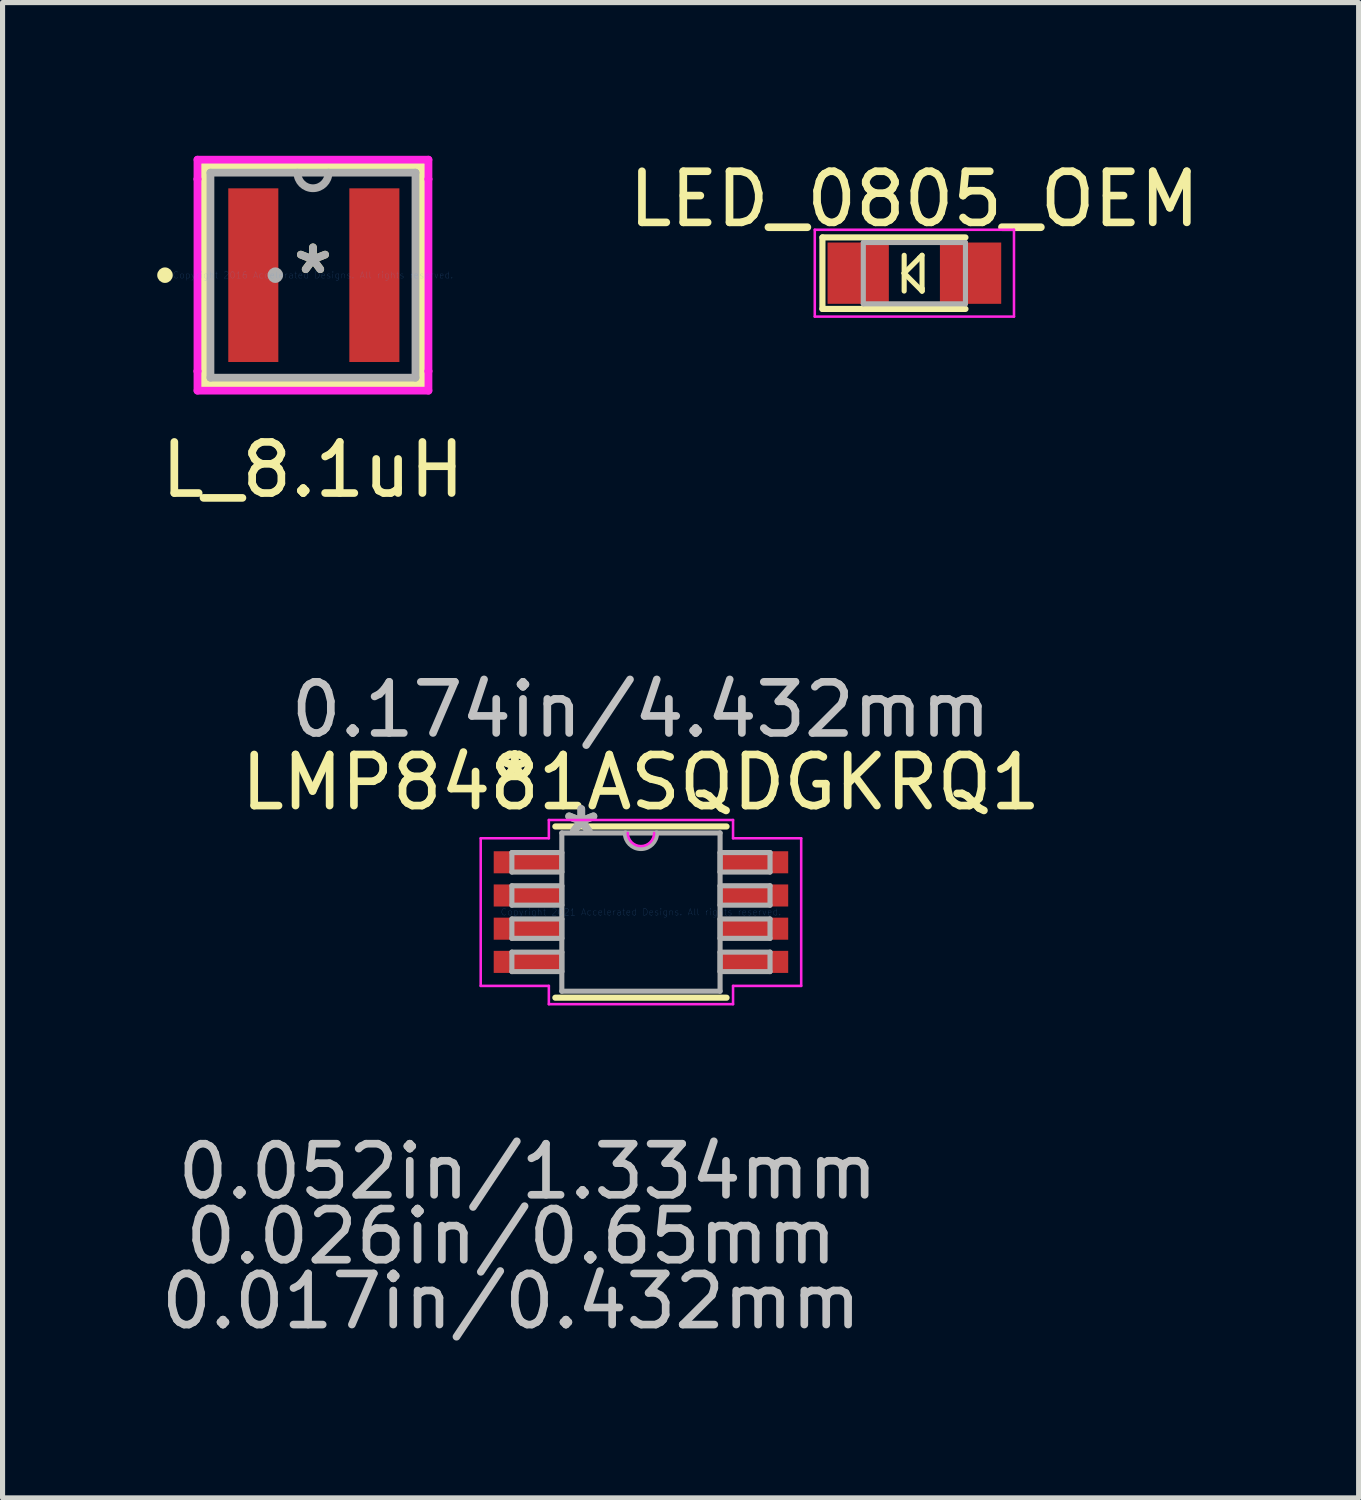
<source format=kicad_pcb>
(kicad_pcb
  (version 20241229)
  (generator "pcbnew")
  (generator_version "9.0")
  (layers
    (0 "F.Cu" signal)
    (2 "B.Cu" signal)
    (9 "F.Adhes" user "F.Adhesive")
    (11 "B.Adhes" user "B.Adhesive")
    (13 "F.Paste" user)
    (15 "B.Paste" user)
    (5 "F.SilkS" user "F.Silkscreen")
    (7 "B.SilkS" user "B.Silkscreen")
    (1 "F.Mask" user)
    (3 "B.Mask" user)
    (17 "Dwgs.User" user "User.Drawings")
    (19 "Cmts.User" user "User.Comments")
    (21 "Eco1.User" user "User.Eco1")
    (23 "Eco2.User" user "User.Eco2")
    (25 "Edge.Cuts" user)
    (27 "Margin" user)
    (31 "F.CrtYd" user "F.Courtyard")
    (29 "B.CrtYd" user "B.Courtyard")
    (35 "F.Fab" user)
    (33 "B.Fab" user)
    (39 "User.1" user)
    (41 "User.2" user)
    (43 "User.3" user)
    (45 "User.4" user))
  (footprint "LMP8481ASQDGKRQ1"
    (layer "F.Cu")
    (at 9.498 14.806)
    (property "Reference" "LMP8481ASQDGKRQ1" (at 0 -2.54 0) (layer "F.SilkS") (effects (font (size 1 1) (thickness 0.15))))
    (attr through_hole)
    (fp_line (start -1.676 1.676) (end 1.676 1.676) (stroke (width 0.12) (type solid)) (layer "F.SilkS"))
    (fp_line (start 1.676 -1.676) (end -1.676 -1.676) (stroke (width 0.12) (type solid)) (layer "F.SilkS"))
    (fp_line (start -3.137 -1.445) (end -1.803 -1.445) (stroke (width 0.05) (type solid)) (layer "F.CrtYd"))
    (fp_line (start -3.137 1.445) (end -3.137 -1.445) (stroke (width 0.05) (type solid)) (layer "F.CrtYd"))
    (fp_line (start -1.803 -1.803) (end 1.803 -1.803) (stroke (width 0.05) (type solid)) (layer "F.CrtYd"))
    (fp_line (start -1.803 -1.445) (end -1.803 -1.803) (stroke (width 0.05) (type solid)) (layer "F.CrtYd"))
    (fp_line (start -1.803 1.445) (end -3.137 1.445) (stroke (width 0.05) (type solid)) (layer "F.CrtYd"))
    (fp_line (start -1.803 1.803) (end -1.803 1.445) (stroke (width 0.05) (type solid)) (layer "F.CrtYd"))
    (fp_line (start 1.803 -1.803) (end 1.803 -1.445) (stroke (width 0.05) (type solid)) (layer "F.CrtYd"))
    (fp_line (start 1.803 -1.445) (end 3.137 -1.445) (stroke (width 0.05) (type solid)) (layer "F.CrtYd"))
    (fp_line (start 1.803 1.445) (end 1.803 1.803) (stroke (width 0.05) (type solid)) (layer "F.CrtYd"))
    (fp_line (start 1.803 1.803) (end -1.803 1.803) (stroke (width 0.05) (type solid)) (layer "F.CrtYd"))
    (fp_line (start 3.137 -1.445) (end 3.137 1.445) (stroke (width 0.05) (type solid)) (layer "F.CrtYd"))
    (fp_line (start 3.137 1.445) (end 1.803 1.445) (stroke (width 0.05) (type solid)) (layer "F.CrtYd"))
    (fp_arc (start 0.258233 -1.5494) (mid 0 -1.291167) (end -0.258233 -1.5494) (stroke (width 0.05) (type solid)) (layer "F.CrtYd"))
    (fp_line (start -2.527 -1.165) (end -2.527 -0.784) (stroke (width 0.1) (type solid)) (layer "F.Fab"))
    (fp_line (start -2.527 -0.784) (end -1.549 -0.784) (stroke (width 0.1) (type solid)) (layer "F.Fab"))
    (fp_line (start -2.527 -0.515) (end -2.527 -0.135) (stroke (width 0.1) (type solid)) (layer "F.Fab"))
    (fp_line (start -2.527 -0.135) (end -1.549 -0.135) (stroke (width 0.1) (type solid)) (layer "F.Fab"))
    (fp_line (start -2.527 0.135) (end -2.527 0.515) (stroke (width 0.1) (type solid)) (layer "F.Fab"))
    (fp_line (start -2.527 0.515) (end -1.549 0.515) (stroke (width 0.1) (type solid)) (layer "F.Fab"))
    (fp_line (start -2.527 0.784) (end -2.527 1.165) (stroke (width 0.1) (type solid)) (layer "F.Fab"))
    (fp_line (start -2.527 1.165) (end -1.549 1.165) (stroke (width 0.1) (type solid)) (layer "F.Fab"))
    (fp_line (start -1.549 -1.549) (end -1.549 1.549) (stroke (width 0.1) (type solid)) (layer "F.Fab"))
    (fp_line (start -1.549 -1.165) (end -2.527 -1.165) (stroke (width 0.1) (type solid)) (layer "F.Fab"))
    (fp_line (start -1.549 -0.784) (end -1.549 -1.165) (stroke (width 0.1) (type solid)) (layer "F.Fab"))
    (fp_line (start -1.549 -0.515) (end -2.527 -0.515) (stroke (width 0.1) (type solid)) (layer "F.Fab"))
    (fp_line (start -1.549 -0.135) (end -1.549 -0.515) (stroke (width 0.1) (type solid)) (layer "F.Fab"))
    (fp_line (start -1.549 0.135) (end -2.527 0.135) (stroke (width 0.1) (type solid)) (layer "F.Fab"))
    (fp_line (start -1.549 0.515) (end -1.549 0.135) (stroke (width 0.1) (type solid)) (layer "F.Fab"))
    (fp_line (start -1.549 0.784) (end -2.527 0.784) (stroke (width 0.1) (type solid)) (layer "F.Fab"))
    (fp_line (start -1.549 1.165) (end -1.549 0.784) (stroke (width 0.1) (type solid)) (layer "F.Fab"))
    (fp_line (start -1.549 1.549) (end 1.549 1.549) (stroke (width 0.1) (type solid)) (layer "F.Fab"))
    (fp_line (start 1.549 -1.549) (end -1.549 -1.549) (stroke (width 0.1) (type solid)) (layer "F.Fab"))
    (fp_line (start 1.549 -1.165) (end 1.549 -0.784) (stroke (width 0.1) (type solid)) (layer "F.Fab"))
    (fp_line (start 1.549 -0.784) (end 2.527 -0.784) (stroke (width 0.1) (type solid)) (layer "F.Fab"))
    (fp_line (start 1.549 -0.515) (end 1.549 -0.135) (stroke (width 0.1) (type solid)) (layer "F.Fab"))
    (fp_line (start 1.549 -0.135) (end 2.527 -0.135) (stroke (width 0.1) (type solid)) (layer "F.Fab"))
    (fp_line (start 1.549 0.135) (end 1.549 0.515) (stroke (width 0.1) (type solid)) (layer "F.Fab"))
    (fp_line (start 1.549 0.515) (end 2.527 0.515) (stroke (width 0.1) (type solid)) (layer "F.Fab"))
    (fp_line (start 1.549 0.784) (end 1.549 1.165) (stroke (width 0.1) (type solid)) (layer "F.Fab"))
    (fp_line (start 1.549 1.165) (end 2.527 1.165) (stroke (width 0.1) (type solid)) (layer "F.Fab"))
    (fp_line (start 1.549 1.549) (end 1.549 -1.549) (stroke (width 0.1) (type solid)) (layer "F.Fab"))
    (fp_line (start 2.527 -1.165) (end 1.549 -1.165) (stroke (width 0.1) (type solid)) (layer "F.Fab"))
    (fp_line (start 2.527 -0.784) (end 2.527 -1.165) (stroke (width 0.1) (type solid)) (layer "F.Fab"))
    (fp_line (start 2.527 -0.515) (end 1.549 -0.515) (stroke (width 0.1) (type solid)) (layer "F.Fab"))
    (fp_line (start 2.527 -0.135) (end 2.527 -0.515) (stroke (width 0.1) (type solid)) (layer "F.Fab"))
    (fp_line (start 2.527 0.135) (end 1.549 0.135) (stroke (width 0.1) (type solid)) (layer "F.Fab"))
    (fp_line (start 2.527 0.515) (end 2.527 0.135) (stroke (width 0.1) (type solid)) (layer "F.Fab"))
    (fp_line (start 2.527 0.784) (end 1.549 0.784) (stroke (width 0.1) (type solid)) (layer "F.Fab"))
    (fp_line (start 2.527 1.165) (end 2.527 0.784) (stroke (width 0.1) (type solid)) (layer "F.Fab"))
    (fp_arc (start 0.3048 -1.5494) (mid 0 -1.2446) (end -0.3048 -1.5494) (stroke (width 0.1) (type solid)) (layer "F.Fab"))
    (fp_text user "*" (at -2.47 -2.55 0) (layer "F.SilkS") (effects (font (size 1 1) (thickness 0.15))))
    (fp_text user "*" (at -2.47 -2.55 0) (layer "F.SilkS") (effects (font (size 1 1) (thickness 0.15))))
    (fp_text user "0.174in/4.432mm" (at 0 -3.962 0) (layer "Dwgs.User") (effects (font (size 1 1) (thickness 0.15))))
    (fp_text user "0.026in/0.65mm" (at -2.54 6.35 0) (layer "Dwgs.User") (effects (font (size 1 1) (thickness 0.15))))
    (fp_text user "0.052in/1.334mm" (at -2.216 5.08 0) (layer "Dwgs.User") (effects (font (size 1 1) (thickness 0.15))))
    (fp_text user "0.017in/0.432mm" (at -2.54 7.62 0) (layer "Dwgs.User") (effects (font (size 1 1) (thickness 0.15))))
    (fp_text user "Copyright 2021 Accelerated Designs. All rights reserved." (at 0 0 0) (layer "Cmts.User") (effects (font (size 0.127 0.127) (thickness 0.002))))
    (fp_text user "*" (at -1.168 -1.473 0) (layer "F.Fab") (effects (font (size 1 1) (thickness 0.15))))
    (fp_text user "*" (at -1.168 -1.473 0) (layer "F.Fab") (effects (font (size 1 1) (thickness 0.15))))
    (pad "1" smd rect (at -2.216 -0.975) (size 1.333 0.432) (layers "F.Cu" "F.Mask" "F.Paste"))
    (pad "2" smd rect (at -2.216 -0.325) (size 1.333 0.432) (layers "F.Cu" "F.Mask" "F.Paste"))
    (pad "3" smd rect (at -2.216 0.325) (size 1.333 0.432) (layers "F.Cu" "F.Mask" "F.Paste"))
    (pad "4" smd rect (at -2.216 0.975) (size 1.333 0.432) (layers "F.Cu" "F.Mask" "F.Paste"))
    (pad "5" smd rect (at 2.216 0.975) (size 1.333 0.432) (layers "F.Cu" "F.Mask" "F.Paste"))
    (pad "6" smd rect (at 2.216 0.325) (size 1.333 0.432) (layers "F.Cu" "F.Mask" "F.Paste"))
    (pad "7" smd rect (at 2.216 -0.325) (size 1.333 0.432) (layers "F.Cu" "F.Mask" "F.Paste"))
    (pad "8" smd rect (at 2.216 -0.975) (size 1.333 0.432) (layers "F.Cu" "F.Mask" "F.Paste")))
  (footprint "L_8.1uH"
    (layer "F.Cu")
    (at 3.077 2.337)
    (property "Reference" "L_8.1uH" (at 0 3.81 0) (layer "F.SilkS") (effects (font (size 1 1) (thickness 0.15))))
    (attr through_hole)
    (fp_line (start -2.134 -2.134) (end -2.134 2.134) (stroke (width 0.152) (type solid)) (layer "F.SilkS"))
    (fp_line (start -2.134 2.134) (end 2.134 2.134) (stroke (width 0.152) (type solid)) (layer "F.SilkS"))
    (fp_line (start 2.134 -2.134) (end -2.134 -2.134) (stroke (width 0.152) (type solid)) (layer "F.SilkS"))
    (fp_line (start 2.134 2.134) (end 2.134 -2.134) (stroke (width 0.152) (type solid)) (layer "F.SilkS"))
    (fp_circle (center -2.897 0) (end -2.821 0) (stroke (width 0.152) (type solid)) (fill no) (layer "F.SilkS"))
    (fp_line (start -2.261 -2.261) (end 2.261 -2.261) (stroke (width 0.152) (type solid)) (layer "F.CrtYd"))
    (fp_line (start -2.261 -1.88) (end -2.261 -2.261) (stroke (width 0.152) (type solid)) (layer "F.CrtYd"))
    (fp_line (start -2.261 -1.88) (end -2.261 -1.88) (stroke (width 0.152) (type solid)) (layer "F.CrtYd"))
    (fp_line (start -2.261 1.88) (end -2.261 -1.88) (stroke (width 0.152) (type solid)) (layer "F.CrtYd"))
    (fp_line (start -2.261 1.88) (end -2.261 1.88) (stroke (width 0.152) (type solid)) (layer "F.CrtYd"))
    (fp_line (start -2.261 2.261) (end -2.261 1.88) (stroke (width 0.152) (type solid)) (layer "F.CrtYd"))
    (fp_line (start 2.261 -2.261) (end 2.261 -1.88) (stroke (width 0.152) (type solid)) (layer "F.CrtYd"))
    (fp_line (start 2.261 -1.88) (end 2.261 -1.88) (stroke (width 0.152) (type solid)) (layer "F.CrtYd"))
    (fp_line (start 2.261 -1.88) (end 2.261 1.88) (stroke (width 0.152) (type solid)) (layer "F.CrtYd"))
    (fp_line (start 2.261 1.88) (end 2.261 1.88) (stroke (width 0.152) (type solid)) (layer "F.CrtYd"))
    (fp_line (start 2.261 1.88) (end 2.261 2.261) (stroke (width 0.152) (type solid)) (layer "F.CrtYd"))
    (fp_line (start 2.261 2.261) (end -2.261 2.261) (stroke (width 0.152) (type solid)) (layer "F.CrtYd"))
    (fp_line (start -2.007 -2.007) (end -2.007 2.007) (stroke (width 0.152) (type solid)) (layer "F.Fab"))
    (fp_line (start -2.007 2.007) (end 2.007 2.007) (stroke (width 0.152) (type solid)) (layer "F.Fab"))
    (fp_line (start 2.007 -2.007) (end -2.007 -2.007) (stroke (width 0.152) (type solid)) (layer "F.Fab"))
    (fp_line (start 2.007 2.007) (end 2.007 -2.007) (stroke (width 0.152) (type solid)) (layer "F.Fab"))
    (fp_arc (start 0.3048 -2.0066) (mid 0 -1.7018) (end -0.3048 -2.0066) (stroke (width 0.1524) (type solid)) (layer "F.Fab"))
    (fp_circle (center -0.737 0) (end -0.737 0) (stroke (width 0.152) (type solid)) (fill no) (layer "F.Fab"))
    (fp_text user "*" (at 0 0 0) (layer "F.SilkS") (effects (font (size 1 1) (thickness 0.15))))
    (fp_text user "Copyright 2016 Accelerated Designs. All rights reserved." (at 0 0 0) (layer "Cmts.User") (effects (font (size 0.127 0.127) (thickness 0.002))))
    (fp_text user "*" (at 0 0 0) (layer "F.Fab") (effects (font (size 1 1) (thickness 0.15))))
    (pad "1" smd rect (at -1.168 0) (size 0.98 3.4) (layers "F.Cu" "F.Mask" "F.Paste"))
    (pad "2" smd rect (at 1.202 0) (size 0.98 3.4) (layers "F.Cu" "F.Mask" "F.Paste")))
  (footprint "LED_0805_OEM"
    (layer "F.Cu")
    (at 14.851 2.298)
    (property "Reference" "LED_0805_OEM" (at 0 -1.45 0) (layer "F.SilkS") (effects (font (size 1 1) (thickness 0.15))))
    (attr smd)
    (fp_line (start -1.8 -0.7) (end -1.8 0.7) (stroke (width 0.12) (type solid)) (layer "F.SilkS"))
    (fp_line (start -1.8 -0.7) (end 1 -0.7) (stroke (width 0.12) (type solid)) (layer "F.SilkS"))
    (fp_line (start -1.8 0.7) (end 1 0.7) (stroke (width 0.12) (type solid)) (layer "F.SilkS"))
    (fp_line (start -0.2 0) (end -0.2 -0.35) (stroke (width 0.1) (type solid)) (layer "F.SilkS"))
    (fp_line (start -0.2 0) (end 0.1 -0.3) (stroke (width 0.1) (type solid)) (layer "F.SilkS"))
    (fp_line (start -0.2 0.35) (end -0.2 0) (stroke (width 0.1) (type solid)) (layer "F.SilkS"))
    (fp_line (start 0.1 -0.3) (end 0.15 -0.35) (stroke (width 0.1) (type solid)) (layer "F.SilkS"))
    (fp_line (start 0.15 -0.35) (end 0.15 0.3) (stroke (width 0.1) (type solid)) (layer "F.SilkS"))
    (fp_line (start 0.15 0.3) (end 0.15 0.35) (stroke (width 0.1) (type solid)) (layer "F.SilkS"))
    (fp_line (start 0.15 0.35) (end -0.2 0) (stroke (width 0.1) (type solid)) (layer "F.SilkS"))
    (fp_line (start 0.15 0.35) (end 0.15 0.3) (stroke (width 0.1) (type solid)) (layer "F.SilkS"))
    (fp_line (start -1.95 -0.85) (end 1.95 -0.85) (stroke (width 0.05) (type solid)) (layer "F.CrtYd"))
    (fp_line (start -1.95 0.85) (end -1.95 -0.85) (stroke (width 0.05) (type solid)) (layer "F.CrtYd"))
    (fp_line (start 1.95 -0.85) (end 1.95 0.85) (stroke (width 0.05) (type solid)) (layer "F.CrtYd"))
    (fp_line (start 1.95 0.85) (end -1.95 0.85) (stroke (width 0.05) (type solid)) (layer "F.CrtYd"))
    (fp_line (start -1 -0.6) (end 1 -0.6) (stroke (width 0.1) (type solid)) (layer "F.Fab"))
    (fp_line (start -1 0.6) (end -1 -0.6) (stroke (width 0.1) (type solid)) (layer "F.Fab"))
    (fp_line (start 1 -0.6) (end 1 0.6) (stroke (width 0.1) (type solid)) (layer "F.Fab"))
    (fp_line (start 1 0.6) (end -1 0.6) (stroke (width 0.1) (type solid)) (layer "F.Fab"))
    (pad "1" smd rect (at -1.1 0 180) (size 1.2 1.2) (layers "F.Cu" "F.Mask" "F.Paste"))
    (pad "2" smd rect (at 1.1 0 180) (size 1.2 1.2) (layers "F.Cu" "F.Mask" "F.Paste")))
  (gr_rect
    (start -3 -3)
    (end 23.548 26.274)
    (stroke (width 0.1) (type default))
    (fill no)
    (layer "Edge.Cuts")))
</source>
